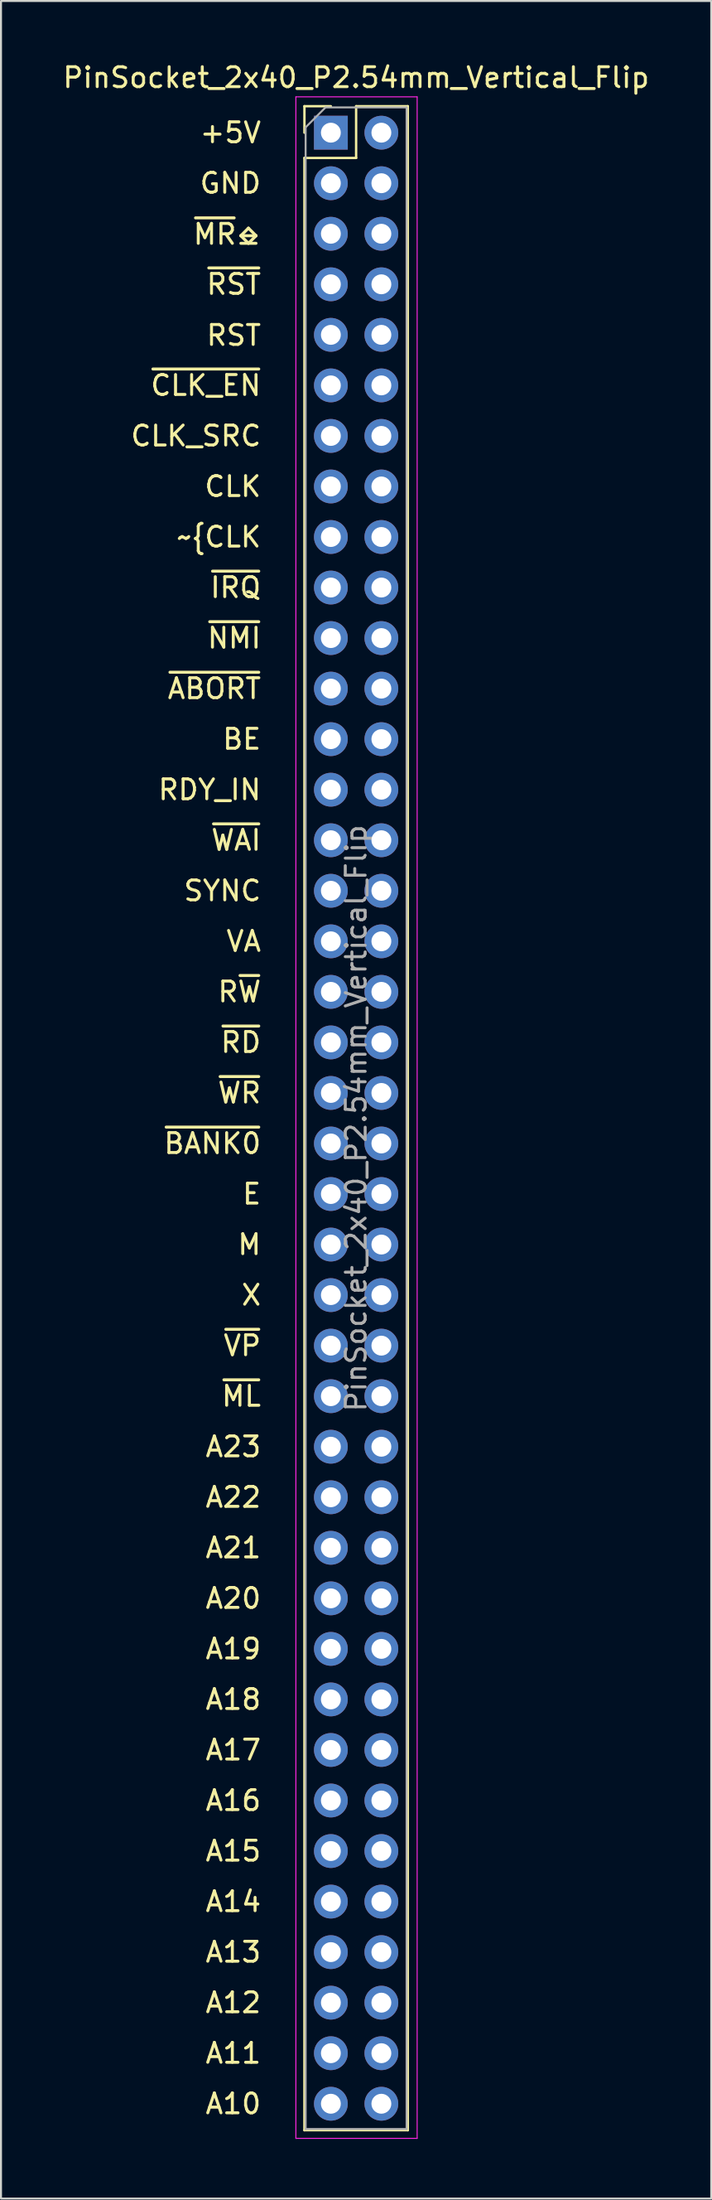
<source format=kicad_pcb>
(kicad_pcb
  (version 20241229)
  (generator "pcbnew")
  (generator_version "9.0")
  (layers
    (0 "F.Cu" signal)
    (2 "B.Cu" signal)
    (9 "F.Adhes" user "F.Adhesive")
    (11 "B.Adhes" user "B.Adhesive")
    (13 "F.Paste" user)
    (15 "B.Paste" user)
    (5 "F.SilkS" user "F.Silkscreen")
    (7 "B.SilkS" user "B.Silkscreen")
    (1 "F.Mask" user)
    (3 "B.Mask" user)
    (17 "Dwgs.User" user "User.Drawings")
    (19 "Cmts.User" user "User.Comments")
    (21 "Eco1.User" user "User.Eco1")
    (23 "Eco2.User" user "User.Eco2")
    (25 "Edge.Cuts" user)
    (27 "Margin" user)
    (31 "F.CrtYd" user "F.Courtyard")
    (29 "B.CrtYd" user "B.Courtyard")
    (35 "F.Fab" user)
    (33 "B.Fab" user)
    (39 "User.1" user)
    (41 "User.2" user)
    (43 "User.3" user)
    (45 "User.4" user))
  (footprint "PinSocket_2x40_P2.54mm_Vertical_Flip"
    (layer "F.Cu")
    (at 13.593 3.618)
    (property "Reference" "PinSocket_2x40_P2.54mm_Vertical_Flip" (at 1.27 -2.77 0) (layer "F.SilkS") (effects (font (size 1 1) (thickness 0.15))))
    (attr through_hole)
    (fp_line (start -1.33 -1.33) (end -1.33 0) (stroke (width 0.12) (type solid)) (layer "F.SilkS"))
    (fp_line (start -1.33 1.27) (end -1.33 100.39) (stroke (width 0.12) (type solid)) (layer "F.SilkS"))
    (fp_line (start 0 -1.33) (end -1.33 -1.33) (stroke (width 0.12) (type solid)) (layer "F.SilkS"))
    (fp_line (start 1.27 -1.33) (end 1.27 1.27) (stroke (width 0.12) (type solid)) (layer "F.SilkS"))
    (fp_line (start 1.27 1.27) (end -1.33 1.27) (stroke (width 0.12) (type solid)) (layer "F.SilkS"))
    (fp_line (start 3.87 -1.33) (end 1.27 -1.33) (stroke (width 0.12) (type solid)) (layer "F.SilkS"))
    (fp_line (start 3.87 -1.33) (end 3.87 100.39) (stroke (width 0.12) (type solid)) (layer "F.SilkS"))
    (fp_line (start 3.87 100.39) (end -1.33 100.39) (stroke (width 0.12) (type solid)) (layer "F.SilkS"))
    (fp_line (start -1.76 -1.8) (end -1.76 100.8) (stroke (width 0.05) (type solid)) (layer "F.CrtYd"))
    (fp_line (start -1.76 100.8) (end 4.34 100.8) (stroke (width 0.05) (type solid)) (layer "F.CrtYd"))
    (fp_line (start 4.34 -1.8) (end -1.76 -1.8) (stroke (width 0.05) (type solid)) (layer "F.CrtYd"))
    (fp_line (start 4.34 100.8) (end 4.34 -1.8) (stroke (width 0.05) (type solid)) (layer "F.CrtYd"))
    (fp_line (start -1.27 -0.27) (end -1.27 100.33) (stroke (width 0.1) (type solid)) (layer "F.Fab"))
    (fp_line (start -1.27 100.33) (end 3.81 100.33) (stroke (width 0.1) (type solid)) (layer "F.Fab"))
    (fp_line (start -0.27 -1.27) (end -1.27 -0.27) (stroke (width 0.1) (type solid)) (layer "F.Fab"))
    (fp_line (start 3.81 -1.27) (end -0.27 -1.27) (stroke (width 0.1) (type solid)) (layer "F.Fab"))
    (fp_line (start 3.81 100.33) (end 3.81 -1.27) (stroke (width 0.1) (type solid)) (layer "F.Fab"))
    (fp_text user "~{ML}" (at -5.579 63.5 0) (unlocked yes) (layer "F.SilkS") (effects (font (size 1 1) (thickness 0.15)) (justify left)))
    (fp_text user "~{NMI}" (at -6.293 25.4 0) (unlocked yes) (layer "F.SilkS") (effects (font (size 1 1) (thickness 0.15)) (justify left)))
    (fp_text user "A10" (at -6.388 99.06 0) (unlocked yes) (layer "F.SilkS") (effects (font (size 1 1) (thickness 0.15)) (justify left)))
    (fp_text user "~{WAI}" (at -6.102 35.56 0) (unlocked yes) (layer "F.SilkS") (effects (font (size 1 1) (thickness 0.15)) (justify left)))
    (fp_text user "A15" (at -6.388 86.36 0) (unlocked yes) (layer "F.SilkS") (effects (font (size 1 1) (thickness 0.15)) (justify left)))
    (fp_text user "A19" (at -6.388 76.2 0) (unlocked yes) (layer "F.SilkS") (effects (font (size 1 1) (thickness 0.15)) (justify left)))
    (fp_text user "GND" (at -6.674 2.54 0) (unlocked yes) (layer "F.SilkS") (effects (font (size 1 1) (thickness 0.15)) (justify left)))
    (fp_text user "R~{W}" (at -5.769 43.18 0) (unlocked yes) (layer "F.SilkS") (effects (font (size 1 1) (thickness 0.15)) (justify left)))
    (fp_text user "BE" (at -5.531 30.48 0) (unlocked yes) (layer "F.SilkS") (effects (font (size 1 1) (thickness 0.15)) (justify left)))
    (fp_text user "~{VP}" (at -5.483 60.96 0) (unlocked yes) (layer "F.SilkS") (effects (font (size 1 1) (thickness 0.15)) (justify left)))
    (fp_text user "A17" (at -6.388 81.28 0) (unlocked yes) (layer "F.SilkS") (effects (font (size 1 1) (thickness 0.15)) (justify left)))
    (fp_text user "A18" (at -6.388 78.74 0) (unlocked yes) (layer "F.SilkS") (effects (font (size 1 1) (thickness 0.15)) (justify left)))
    (fp_text user "A16" (at -6.388 83.82 0) (unlocked yes) (layer "F.SilkS") (effects (font (size 1 1) (thickness 0.15)) (justify left)))
    (fp_text user "~{RST}" (at -6.34 7.62 0) (unlocked yes) (layer "F.SilkS") (effects (font (size 1 1) (thickness 0.15)) (justify left)))
    (fp_text user "~{MR}⎒" (at -7.007 5.105 0) (unlocked yes) (layer "F.SilkS") (effects (font (size 1 1) (thickness 0.15)) (justify left)))
    (fp_text user "A11" (at -6.388 96.52 0) (unlocked yes) (layer "F.SilkS") (effects (font (size 1 1) (thickness 0.15)) (justify left)))
    (fp_text user "RST" (at -6.34 10.185 0) (unlocked yes) (layer "F.SilkS") (effects (font (size 1 1) (thickness 0.15)) (justify left)))
    (fp_text user "VA" (at -5.34 40.64 0) (unlocked yes) (layer "F.SilkS") (effects (font (size 1 1) (thickness 0.15)) (justify left)))
    (fp_text user "~{CLK" (at -7.817 20.32 0) (unlocked yes) (layer "F.SilkS") (effects (font (size 1 1) (thickness 0.15)) (justify left)))
    (fp_text user "~{ABORT}" (at -8.293 27.94 0) (unlocked yes) (layer "F.SilkS") (effects (font (size 1 1) (thickness 0.15)) (justify left)))
    (fp_text user "~{RD}" (at -5.626 45.72 0) (unlocked yes) (layer "F.SilkS") (effects (font (size 1 1) (thickness 0.15)) (justify left)))
    (fp_text user "E" (at -4.531 53.34 0) (unlocked yes) (layer "F.SilkS") (effects (font (size 1 1) (thickness 0.15)) (justify left)))
    (fp_text user "~{WR}" (at -5.769 48.26 0) (unlocked yes) (layer "F.SilkS") (effects (font (size 1 1) (thickness 0.15)) (justify left)))
    (fp_text user "CLK" (at -6.436 17.78 0) (unlocked yes) (layer "F.SilkS") (effects (font (size 1 1) (thickness 0.15)) (justify left)))
    (fp_text user "CLK_SRC" (at -10.15 15.24 0) (unlocked yes) (layer "F.SilkS") (effects (font (size 1 1) (thickness 0.15)) (justify left)))
    (fp_text user "+5V" (at -6.674 0 0) (unlocked yes) (layer "F.SilkS") (effects (font (size 1 1) (thickness 0.15)) (justify left)))
    (fp_text user "M" (at -4.769 55.88 0) (unlocked yes) (layer "F.SilkS") (effects (font (size 1 1) (thickness 0.15)) (justify left)))
    (fp_text user "A14" (at -6.388 88.9 0) (unlocked yes) (layer "F.SilkS") (effects (font (size 1 1) (thickness 0.15)) (justify left)))
    (fp_text user "X" (at -4.579 58.42 0) (unlocked yes) (layer "F.SilkS") (effects (font (size 1 1) (thickness 0.15)) (justify left)))
    (fp_text user "A23" (at -6.388 66.04 0) (unlocked yes) (layer "F.SilkS") (effects (font (size 1 1) (thickness 0.15)) (justify left)))
    (fp_text user "~{IRQ}" (at -6.15 22.86 0) (unlocked yes) (layer "F.SilkS") (effects (font (size 1 1) (thickness 0.15)) (justify left)))
    (fp_text user "A20" (at -6.388 73.66 0) (unlocked yes) (layer "F.SilkS") (effects (font (size 1 1) (thickness 0.15)) (justify left)))
    (fp_text user "A12" (at -6.388 93.98 0) (unlocked yes) (layer "F.SilkS") (effects (font (size 1 1) (thickness 0.15)) (justify left)))
    (fp_text user "A22" (at -6.388 68.58 0) (unlocked yes) (layer "F.SilkS") (effects (font (size 1 1) (thickness 0.15)) (justify left)))
    (fp_text user "A21" (at -6.388 71.12 0) (unlocked yes) (layer "F.SilkS") (effects (font (size 1 1) (thickness 0.15)) (justify left)))
    (fp_text user "~{BANK0}" (at -8.483 50.8 0) (unlocked yes) (layer "F.SilkS") (effects (font (size 1 1) (thickness 0.15)) (justify left)))
    (fp_text user "A13" (at -6.388 91.44 0) (unlocked yes) (layer "F.SilkS") (effects (font (size 1 1) (thickness 0.15)) (justify left)))
    (fp_text user "~{CLK_EN}" (at -9.15 12.7 0) (unlocked yes) (layer "F.SilkS") (effects (font (size 1 1) (thickness 0.15)) (justify left)))
    (fp_text user "RDY_IN" (at -8.769 33.02 0) (unlocked yes) (layer "F.SilkS") (effects (font (size 1 1) (thickness 0.15)) (justify left)))
    (fp_text user "SYNC" (at -7.483 38.1 0) (unlocked yes) (layer "F.SilkS") (effects (font (size 1 1) (thickness 0.15)) (justify left)))
    (fp_text user "${REFERENCE}" (at 1.27 49.53 270) (layer "F.Fab") (effects (font (size 1 1) (thickness 0.15))))
    (pad "1" thru_hole rect (at 0 0) (size 1.7 1.7) (drill 1) (layers "*.Cu" "*.Mask"))
    (pad "2" thru_hole oval (at 2.54 0) (size 1.7 1.7) (drill 1) (layers "*.Cu" "*.Mask"))
    (pad "3" thru_hole oval (at 0 2.54) (size 1.7 1.7) (drill 1) (layers "*.Cu" "*.Mask"))
    (pad "4" thru_hole oval (at 2.54 2.54) (size 1.7 1.7) (drill 1) (layers "*.Cu" "*.Mask"))
    (pad "5" thru_hole oval (at 0 5.08) (size 1.7 1.7) (drill 1) (layers "*.Cu" "*.Mask"))
    (pad "6" thru_hole oval (at 2.54 5.08) (size 1.7 1.7) (drill 1) (layers "*.Cu" "*.Mask"))
    (pad "7" thru_hole oval (at 0 7.62) (size 1.7 1.7) (drill 1) (layers "*.Cu" "*.Mask"))
    (pad "8" thru_hole oval (at 2.54 7.62) (size 1.7 1.7) (drill 1) (layers "*.Cu" "*.Mask"))
    (pad "9" thru_hole oval (at 0 10.16) (size 1.7 1.7) (drill 1) (layers "*.Cu" "*.Mask"))
    (pad "10" thru_hole oval (at 2.54 10.16) (size 1.7 1.7) (drill 1) (layers "*.Cu" "*.Mask"))
    (pad "11" thru_hole oval (at 0 12.7) (size 1.7 1.7) (drill 1) (layers "*.Cu" "*.Mask"))
    (pad "12" thru_hole oval (at 2.54 12.7) (size 1.7 1.7) (drill 1) (layers "*.Cu" "*.Mask"))
    (pad "13" thru_hole oval (at 0 15.24) (size 1.7 1.7) (drill 1) (layers "*.Cu" "*.Mask"))
    (pad "14" thru_hole oval (at 2.54 15.24) (size 1.7 1.7) (drill 1) (layers "*.Cu" "*.Mask"))
    (pad "15" thru_hole oval (at 0 17.78) (size 1.7 1.7) (drill 1) (layers "*.Cu" "*.Mask"))
    (pad "16" thru_hole oval (at 2.54 17.78) (size 1.7 1.7) (drill 1) (layers "*.Cu" "*.Mask"))
    (pad "17" thru_hole oval (at 0 20.32) (size 1.7 1.7) (drill 1) (layers "*.Cu" "*.Mask"))
    (pad "18" thru_hole oval (at 2.54 20.32) (size 1.7 1.7) (drill 1) (layers "*.Cu" "*.Mask"))
    (pad "19" thru_hole oval (at 0 22.86) (size 1.7 1.7) (drill 1) (layers "*.Cu" "*.Mask"))
    (pad "20" thru_hole oval (at 2.54 22.86) (size 1.7 1.7) (drill 1) (layers "*.Cu" "*.Mask"))
    (pad "21" thru_hole oval (at 0 25.4) (size 1.7 1.7) (drill 1) (layers "*.Cu" "*.Mask"))
    (pad "22" thru_hole oval (at 2.54 25.4) (size 1.7 1.7) (drill 1) (layers "*.Cu" "*.Mask"))
    (pad "23" thru_hole oval (at 0 27.94) (size 1.7 1.7) (drill 1) (layers "*.Cu" "*.Mask"))
    (pad "24" thru_hole oval (at 2.54 27.94) (size 1.7 1.7) (drill 1) (layers "*.Cu" "*.Mask"))
    (pad "25" thru_hole oval (at 0 30.48) (size 1.7 1.7) (drill 1) (layers "*.Cu" "*.Mask"))
    (pad "26" thru_hole oval (at 2.54 30.48) (size 1.7 1.7) (drill 1) (layers "*.Cu" "*.Mask"))
    (pad "27" thru_hole oval (at 0 33.02) (size 1.7 1.7) (drill 1) (layers "*.Cu" "*.Mask"))
    (pad "28" thru_hole oval (at 2.54 33.02) (size 1.7 1.7) (drill 1) (layers "*.Cu" "*.Mask"))
    (pad "29" thru_hole oval (at 0 35.56) (size 1.7 1.7) (drill 1) (layers "*.Cu" "*.Mask"))
    (pad "30" thru_hole oval (at 2.54 35.56) (size 1.7 1.7) (drill 1) (layers "*.Cu" "*.Mask"))
    (pad "31" thru_hole oval (at 0 38.1) (size 1.7 1.7) (drill 1) (layers "*.Cu" "*.Mask"))
    (pad "32" thru_hole oval (at 2.54 38.1) (size 1.7 1.7) (drill 1) (layers "*.Cu" "*.Mask"))
    (pad "33" thru_hole oval (at 0 40.64) (size 1.7 1.7) (drill 1) (layers "*.Cu" "*.Mask"))
    (pad "34" thru_hole oval (at 2.54 40.64) (size 1.7 1.7) (drill 1) (layers "*.Cu" "*.Mask"))
    (pad "35" thru_hole oval (at 0 43.18) (size 1.7 1.7) (drill 1) (layers "*.Cu" "*.Mask"))
    (pad "36" thru_hole oval (at 2.54 43.18) (size 1.7 1.7) (drill 1) (layers "*.Cu" "*.Mask"))
    (pad "37" thru_hole oval (at 0 45.72) (size 1.7 1.7) (drill 1) (layers "*.Cu" "*.Mask"))
    (pad "38" thru_hole oval (at 2.54 45.72) (size 1.7 1.7) (drill 1) (layers "*.Cu" "*.Mask"))
    (pad "39" thru_hole oval (at 0 48.26) (size 1.7 1.7) (drill 1) (layers "*.Cu" "*.Mask"))
    (pad "40" thru_hole oval (at 2.54 48.26) (size 1.7 1.7) (drill 1) (layers "*.Cu" "*.Mask"))
    (pad "41" thru_hole oval (at 0 50.8) (size 1.7 1.7) (drill 1) (layers "*.Cu" "*.Mask"))
    (pad "42" thru_hole oval (at 2.54 50.8) (size 1.7 1.7) (drill 1) (layers "*.Cu" "*.Mask"))
    (pad "43" thru_hole oval (at 0 53.34) (size 1.7 1.7) (drill 1) (layers "*.Cu" "*.Mask"))
    (pad "44" thru_hole oval (at 2.54 53.34) (size 1.7 1.7) (drill 1) (layers "*.Cu" "*.Mask"))
    (pad "45" thru_hole oval (at 0 55.88) (size 1.7 1.7) (drill 1) (layers "*.Cu" "*.Mask"))
    (pad "46" thru_hole oval (at 2.54 55.88) (size 1.7 1.7) (drill 1) (layers "*.Cu" "*.Mask"))
    (pad "47" thru_hole oval (at 0 58.42) (size 1.7 1.7) (drill 1) (layers "*.Cu" "*.Mask"))
    (pad "48" thru_hole oval (at 2.54 58.42) (size 1.7 1.7) (drill 1) (layers "*.Cu" "*.Mask"))
    (pad "49" thru_hole oval (at 0 60.96) (size 1.7 1.7) (drill 1) (layers "*.Cu" "*.Mask"))
    (pad "50" thru_hole oval (at 2.54 60.96) (size 1.7 1.7) (drill 1) (layers "*.Cu" "*.Mask"))
    (pad "51" thru_hole oval (at 0 63.5) (size 1.7 1.7) (drill 1) (layers "*.Cu" "*.Mask"))
    (pad "52" thru_hole oval (at 2.54 63.5) (size 1.7 1.7) (drill 1) (layers "*.Cu" "*.Mask"))
    (pad "53" thru_hole oval (at 0 66.04) (size 1.7 1.7) (drill 1) (layers "*.Cu" "*.Mask"))
    (pad "54" thru_hole oval (at 2.54 66.04) (size 1.7 1.7) (drill 1) (layers "*.Cu" "*.Mask"))
    (pad "55" thru_hole oval (at 0 68.58) (size 1.7 1.7) (drill 1) (layers "*.Cu" "*.Mask"))
    (pad "56" thru_hole oval (at 2.54 68.58) (size 1.7 1.7) (drill 1) (layers "*.Cu" "*.Mask"))
    (pad "57" thru_hole oval (at 0 71.12) (size 1.7 1.7) (drill 1) (layers "*.Cu" "*.Mask"))
    (pad "58" thru_hole oval (at 2.54 71.12) (size 1.7 1.7) (drill 1) (layers "*.Cu" "*.Mask"))
    (pad "59" thru_hole oval (at 0 73.66) (size 1.7 1.7) (drill 1) (layers "*.Cu" "*.Mask"))
    (pad "60" thru_hole oval (at 2.54 73.66) (size 1.7 1.7) (drill 1) (layers "*.Cu" "*.Mask"))
    (pad "61" thru_hole oval (at 0 76.2) (size 1.7 1.7) (drill 1) (layers "*.Cu" "*.Mask"))
    (pad "62" thru_hole oval (at 2.54 76.2) (size 1.7 1.7) (drill 1) (layers "*.Cu" "*.Mask"))
    (pad "63" thru_hole oval (at 0 78.74) (size 1.7 1.7) (drill 1) (layers "*.Cu" "*.Mask"))
    (pad "64" thru_hole oval (at 2.54 78.74) (size 1.7 1.7) (drill 1) (layers "*.Cu" "*.Mask"))
    (pad "65" thru_hole oval (at 0 81.28) (size 1.7 1.7) (drill 1) (layers "*.Cu" "*.Mask"))
    (pad "66" thru_hole oval (at 2.54 81.28) (size 1.7 1.7) (drill 1) (layers "*.Cu" "*.Mask"))
    (pad "67" thru_hole oval (at 0 83.82) (size 1.7 1.7) (drill 1) (layers "*.Cu" "*.Mask"))
    (pad "68" thru_hole oval (at 2.54 83.82) (size 1.7 1.7) (drill 1) (layers "*.Cu" "*.Mask"))
    (pad "69" thru_hole oval (at 0 86.36) (size 1.7 1.7) (drill 1) (layers "*.Cu" "*.Mask"))
    (pad "70" thru_hole oval (at 2.54 86.36) (size 1.7 1.7) (drill 1) (layers "*.Cu" "*.Mask"))
    (pad "71" thru_hole oval (at 0 88.9) (size 1.7 1.7) (drill 1) (layers "*.Cu" "*.Mask"))
    (pad "72" thru_hole oval (at 2.54 88.9) (size 1.7 1.7) (drill 1) (layers "*.Cu" "*.Mask"))
    (pad "73" thru_hole oval (at 0 91.44) (size 1.7 1.7) (drill 1) (layers "*.Cu" "*.Mask"))
    (pad "74" thru_hole oval (at 2.54 91.44) (size 1.7 1.7) (drill 1) (layers "*.Cu" "*.Mask"))
    (pad "75" thru_hole oval (at 0 93.98) (size 1.7 1.7) (drill 1) (layers "*.Cu" "*.Mask"))
    (pad "76" thru_hole oval (at 2.54 93.98) (size 1.7 1.7) (drill 1) (layers "*.Cu" "*.Mask"))
    (pad "77" thru_hole oval (at 0 96.52) (size 1.7 1.7) (drill 1) (layers "*.Cu" "*.Mask"))
    (pad "78" thru_hole oval (at 2.54 96.52) (size 1.7 1.7) (drill 1) (layers "*.Cu" "*.Mask"))
    (pad "79" thru_hole oval (at 0 99.06) (size 1.7 1.7) (drill 1) (layers "*.Cu" "*.Mask"))
    (pad "80" thru_hole oval (at 2.54 99.06) (size 1.7 1.7) (drill 1) (layers "*.Cu" "*.Mask")))
  (gr_rect
    (start -3 -3)
    (end 32.726 107.443)
    (stroke (width 0.1) (type default))
    (fill no)
    (layer "Edge.Cuts")))
</source>
